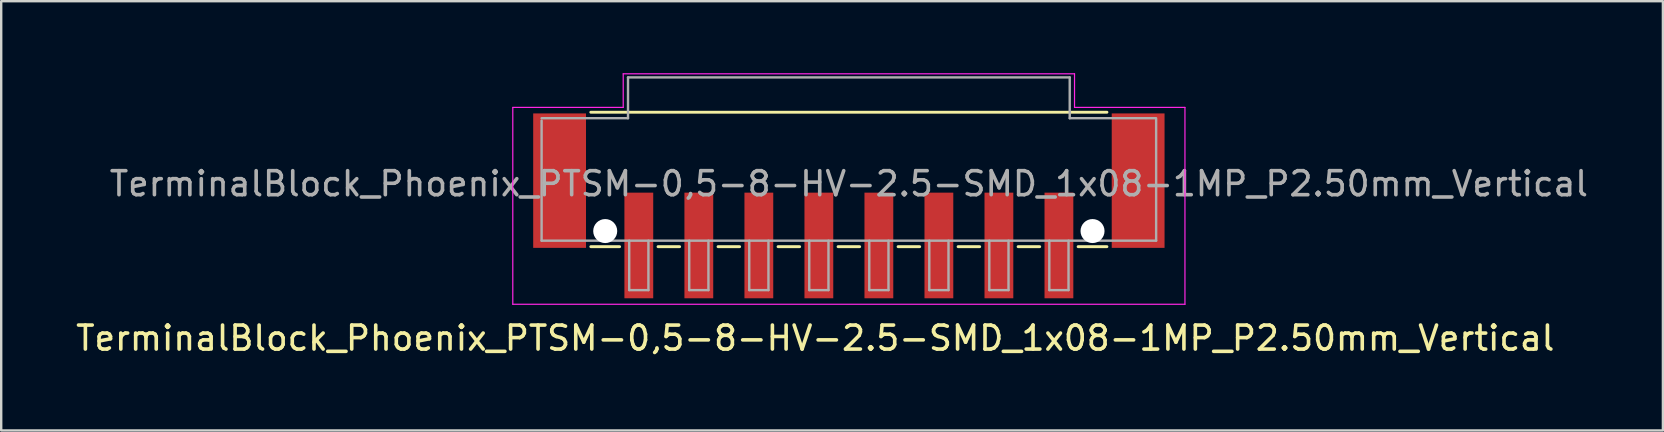
<source format=kicad_pcb>
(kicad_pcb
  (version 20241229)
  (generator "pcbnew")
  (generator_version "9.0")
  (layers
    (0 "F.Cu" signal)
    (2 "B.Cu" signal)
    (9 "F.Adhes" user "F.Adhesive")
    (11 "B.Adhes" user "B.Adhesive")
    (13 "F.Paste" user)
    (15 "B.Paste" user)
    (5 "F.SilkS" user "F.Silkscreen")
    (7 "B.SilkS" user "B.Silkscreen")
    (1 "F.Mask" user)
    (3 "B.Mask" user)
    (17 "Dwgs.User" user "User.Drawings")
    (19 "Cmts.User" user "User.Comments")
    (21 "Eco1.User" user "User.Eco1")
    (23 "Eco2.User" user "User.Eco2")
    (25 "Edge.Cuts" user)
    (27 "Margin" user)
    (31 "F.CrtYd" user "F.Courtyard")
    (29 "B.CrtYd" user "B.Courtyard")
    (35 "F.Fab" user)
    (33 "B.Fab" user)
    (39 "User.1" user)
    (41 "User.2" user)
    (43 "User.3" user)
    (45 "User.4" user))
  (footprint "TerminalBlock_Phoenix_PTSM-0,5-8-HV-2.5-SMD_1x08-1MP_P2.50mm_Vertical"
    (layer "F.Cu")
    (at 32.311 5.525)
    (property "Reference" "TerminalBlock_Phoenix_PTSM-0,5-8-HV-2.5-SMD_1x08-1MP_P2.50mm_Vertical" (at -1.4 5.51 0) (layer "F.SilkS") (effects (font (size 1 1) (thickness 0.15))))
    (attr smd)
    (fp_line (start -10.75 -3.9) (end 10.75 -3.9) (stroke (width 0.12) (type solid)) (layer "F.SilkS"))
    (fp_line (start -9.55 1.7) (end -10.75 1.7) (stroke (width 0.12) (type solid)) (layer "F.SilkS"))
    (fp_line (start -7.05 1.7) (end -7.95 1.7) (stroke (width 0.12) (type solid)) (layer "F.SilkS"))
    (fp_line (start -4.55 1.7) (end -5.45 1.7) (stroke (width 0.12) (type solid)) (layer "F.SilkS"))
    (fp_line (start -2.05 1.7) (end -2.95 1.7) (stroke (width 0.12) (type solid)) (layer "F.SilkS"))
    (fp_line (start 0.45 1.7) (end -0.45 1.7) (stroke (width 0.12) (type solid)) (layer "F.SilkS"))
    (fp_line (start 2.95 1.7) (end 2.05 1.7) (stroke (width 0.12) (type solid)) (layer "F.SilkS"))
    (fp_line (start 5.45 1.7) (end 4.55 1.7) (stroke (width 0.12) (type solid)) (layer "F.SilkS"))
    (fp_line (start 7.95 1.7) (end 7.05 1.7) (stroke (width 0.12) (type solid)) (layer "F.SilkS"))
    (fp_line (start 10.75 1.7) (end 9.55 1.7) (stroke (width 0.12) (type solid)) (layer "F.SilkS"))
    (fp_line (start -14 -4.1) (end -9.4 -4.1) (stroke (width 0.05) (type solid)) (layer "F.CrtYd"))
    (fp_line (start -14 4.1) (end -14 -4.1) (stroke (width 0.05) (type solid)) (layer "F.CrtYd"))
    (fp_line (start -9.4 -5.5) (end 9.4 -5.5) (stroke (width 0.05) (type solid)) (layer "F.CrtYd"))
    (fp_line (start -9.4 -4.1) (end -9.4 -5.5) (stroke (width 0.05) (type solid)) (layer "F.CrtYd"))
    (fp_line (start 9.4 -4.1) (end 9.4 -5.5) (stroke (width 0.05) (type solid)) (layer "F.CrtYd"))
    (fp_line (start 14 -4.1) (end 9.4 -4.1) (stroke (width 0.05) (type solid)) (layer "F.CrtYd"))
    (fp_line (start 14 -4.1) (end 14 4.1) (stroke (width 0.05) (type solid)) (layer "F.CrtYd"))
    (fp_line (start 14 4.1) (end -14 4.1) (stroke (width 0.05) (type solid)) (layer "F.CrtYd"))
    (fp_line (start -12.8 -3.65) (end -9.2 -3.65) (stroke (width 0.1) (type solid)) (layer "F.Fab"))
    (fp_line (start -12.8 1.45) (end -12.8 -3.55) (stroke (width 0.1) (type solid)) (layer "F.Fab"))
    (fp_line (start -9.2 -5.35) (end 9.2 -5.35) (stroke (width 0.1) (type solid)) (layer "F.Fab"))
    (fp_line (start -9.2 -3.65) (end -9.2 -5.35) (stroke (width 0.1) (type solid)) (layer "F.Fab"))
    (fp_line (start -9.15 1.45) (end -9.15 3.51) (stroke (width 0.1) (type solid)) (layer "F.Fab"))
    (fp_line (start -9.15 3.51) (end -8.35 3.51) (stroke (width 0.1) (type solid)) (layer "F.Fab"))
    (fp_line (start -8.35 1.45) (end -8.35 3.51) (stroke (width 0.1) (type solid)) (layer "F.Fab"))
    (fp_line (start -6.65 1.45) (end -6.65 3.51) (stroke (width 0.1) (type solid)) (layer "F.Fab"))
    (fp_line (start -6.65 3.51) (end -5.85 3.51) (stroke (width 0.1) (type solid)) (layer "F.Fab"))
    (fp_line (start -5.85 1.45) (end -5.85 3.51) (stroke (width 0.1) (type solid)) (layer "F.Fab"))
    (fp_line (start -4.15 1.45) (end -4.15 3.51) (stroke (width 0.1) (type solid)) (layer "F.Fab"))
    (fp_line (start -4.15 3.51) (end -3.35 3.51) (stroke (width 0.1) (type solid)) (layer "F.Fab"))
    (fp_line (start -3.35 1.45) (end -3.35 3.51) (stroke (width 0.1) (type solid)) (layer "F.Fab"))
    (fp_line (start -1.65 1.45) (end -1.65 3.51) (stroke (width 0.1) (type solid)) (layer "F.Fab"))
    (fp_line (start -1.65 3.51) (end -0.85 3.51) (stroke (width 0.1) (type solid)) (layer "F.Fab"))
    (fp_line (start -0.85 1.45) (end -0.85 3.51) (stroke (width 0.1) (type solid)) (layer "F.Fab"))
    (fp_line (start 0.85 1.45) (end 0.85 3.51) (stroke (width 0.1) (type solid)) (layer "F.Fab"))
    (fp_line (start 0.85 3.51) (end 1.65 3.51) (stroke (width 0.1) (type solid)) (layer "F.Fab"))
    (fp_line (start 1.65 1.45) (end 1.65 3.51) (stroke (width 0.1) (type solid)) (layer "F.Fab"))
    (fp_line (start 3.35 1.45) (end 3.35 3.51) (stroke (width 0.1) (type solid)) (layer "F.Fab"))
    (fp_line (start 3.35 3.51) (end 4.15 3.51) (stroke (width 0.1) (type solid)) (layer "F.Fab"))
    (fp_line (start 4.15 1.45) (end 4.15 3.51) (stroke (width 0.1) (type solid)) (layer "F.Fab"))
    (fp_line (start 5.85 1.45) (end 5.85 3.51) (stroke (width 0.1) (type solid)) (layer "F.Fab"))
    (fp_line (start 5.85 3.51) (end 6.65 3.51) (stroke (width 0.1) (type solid)) (layer "F.Fab"))
    (fp_line (start 6.65 1.45) (end 6.65 3.51) (stroke (width 0.1) (type solid)) (layer "F.Fab"))
    (fp_line (start 8.35 1.45) (end 8.35 3.51) (stroke (width 0.1) (type solid)) (layer "F.Fab"))
    (fp_line (start 8.35 3.51) (end 9.15 3.51) (stroke (width 0.1) (type solid)) (layer "F.Fab"))
    (fp_line (start 9.15 1.45) (end 9.15 3.51) (stroke (width 0.1) (type solid)) (layer "F.Fab"))
    (fp_line (start 9.2 -5.35) (end 9.2 -3.65) (stroke (width 0.1) (type solid)) (layer "F.Fab"))
    (fp_line (start 9.2 -3.65) (end 12.8 -3.65) (stroke (width 0.1) (type solid)) (layer "F.Fab"))
    (fp_line (start 12.8 1.45) (end -12.8 1.45) (stroke (width 0.1) (type solid)) (layer "F.Fab"))
    (fp_line (start 12.8 1.45) (end 12.8 -3.6) (stroke (width 0.1) (type solid)) (layer "F.Fab"))
    (fp_text user "${REFERENCE}" (at 0 -0.92 0) (layer "F.Fab") (effects (font (size 1 1) (thickness 0.15))))
    (pad "" np_thru_hole circle (at -10.15 1.05) (size 1 1) (drill 1) (layers "*.Cu" "*.Mask"))
    (pad "" np_thru_hole circle (at 10.15 1.05) (size 1 1) (drill 1) (layers "*.Cu" "*.Mask"))
    (pad "1" smd rect (at -8.75 1.65 180) (size 1.2 4.4) (layers "F.Cu" "F.Mask" "F.Paste"))
    (pad "2" smd rect (at -6.25 1.65 180) (size 1.2 4.4) (layers "F.Cu" "F.Mask" "F.Paste"))
    (pad "3" smd rect (at -3.75 1.65 180) (size 1.2 4.4) (layers "F.Cu" "F.Mask" "F.Paste"))
    (pad "4" smd rect (at -1.25 1.65 180) (size 1.2 4.4) (layers "F.Cu" "F.Mask" "F.Paste"))
    (pad "5" smd rect (at 1.25 1.65 180) (size 1.2 4.4) (layers "F.Cu" "F.Mask" "F.Paste"))
    (pad "6" smd rect (at 3.75 1.65 180) (size 1.2 4.4) (layers "F.Cu" "F.Mask" "F.Paste"))
    (pad "7" smd rect (at 6.25 1.65 180) (size 1.2 4.4) (layers "F.Cu" "F.Mask" "F.Paste"))
    (pad "8" smd rect (at 8.75 1.65 180) (size 1.2 4.4) (layers "F.Cu" "F.Mask" "F.Paste"))
    (pad "MP" smd rect (at -12.05 -1.05 180) (size 2.2 5.6) (layers "F.Cu" "F.Mask" "F.Paste"))
    (pad "MP" smd rect (at 12.05 -1.05 180) (size 2.2 5.6) (layers "F.Cu" "F.Mask" "F.Paste")))
  (gr_rect
    (start -3 -3)
    (end 66.221 14.883)
    (stroke (width 0.1) (type default))
    (fill no)
    (layer "Edge.Cuts")))
</source>
